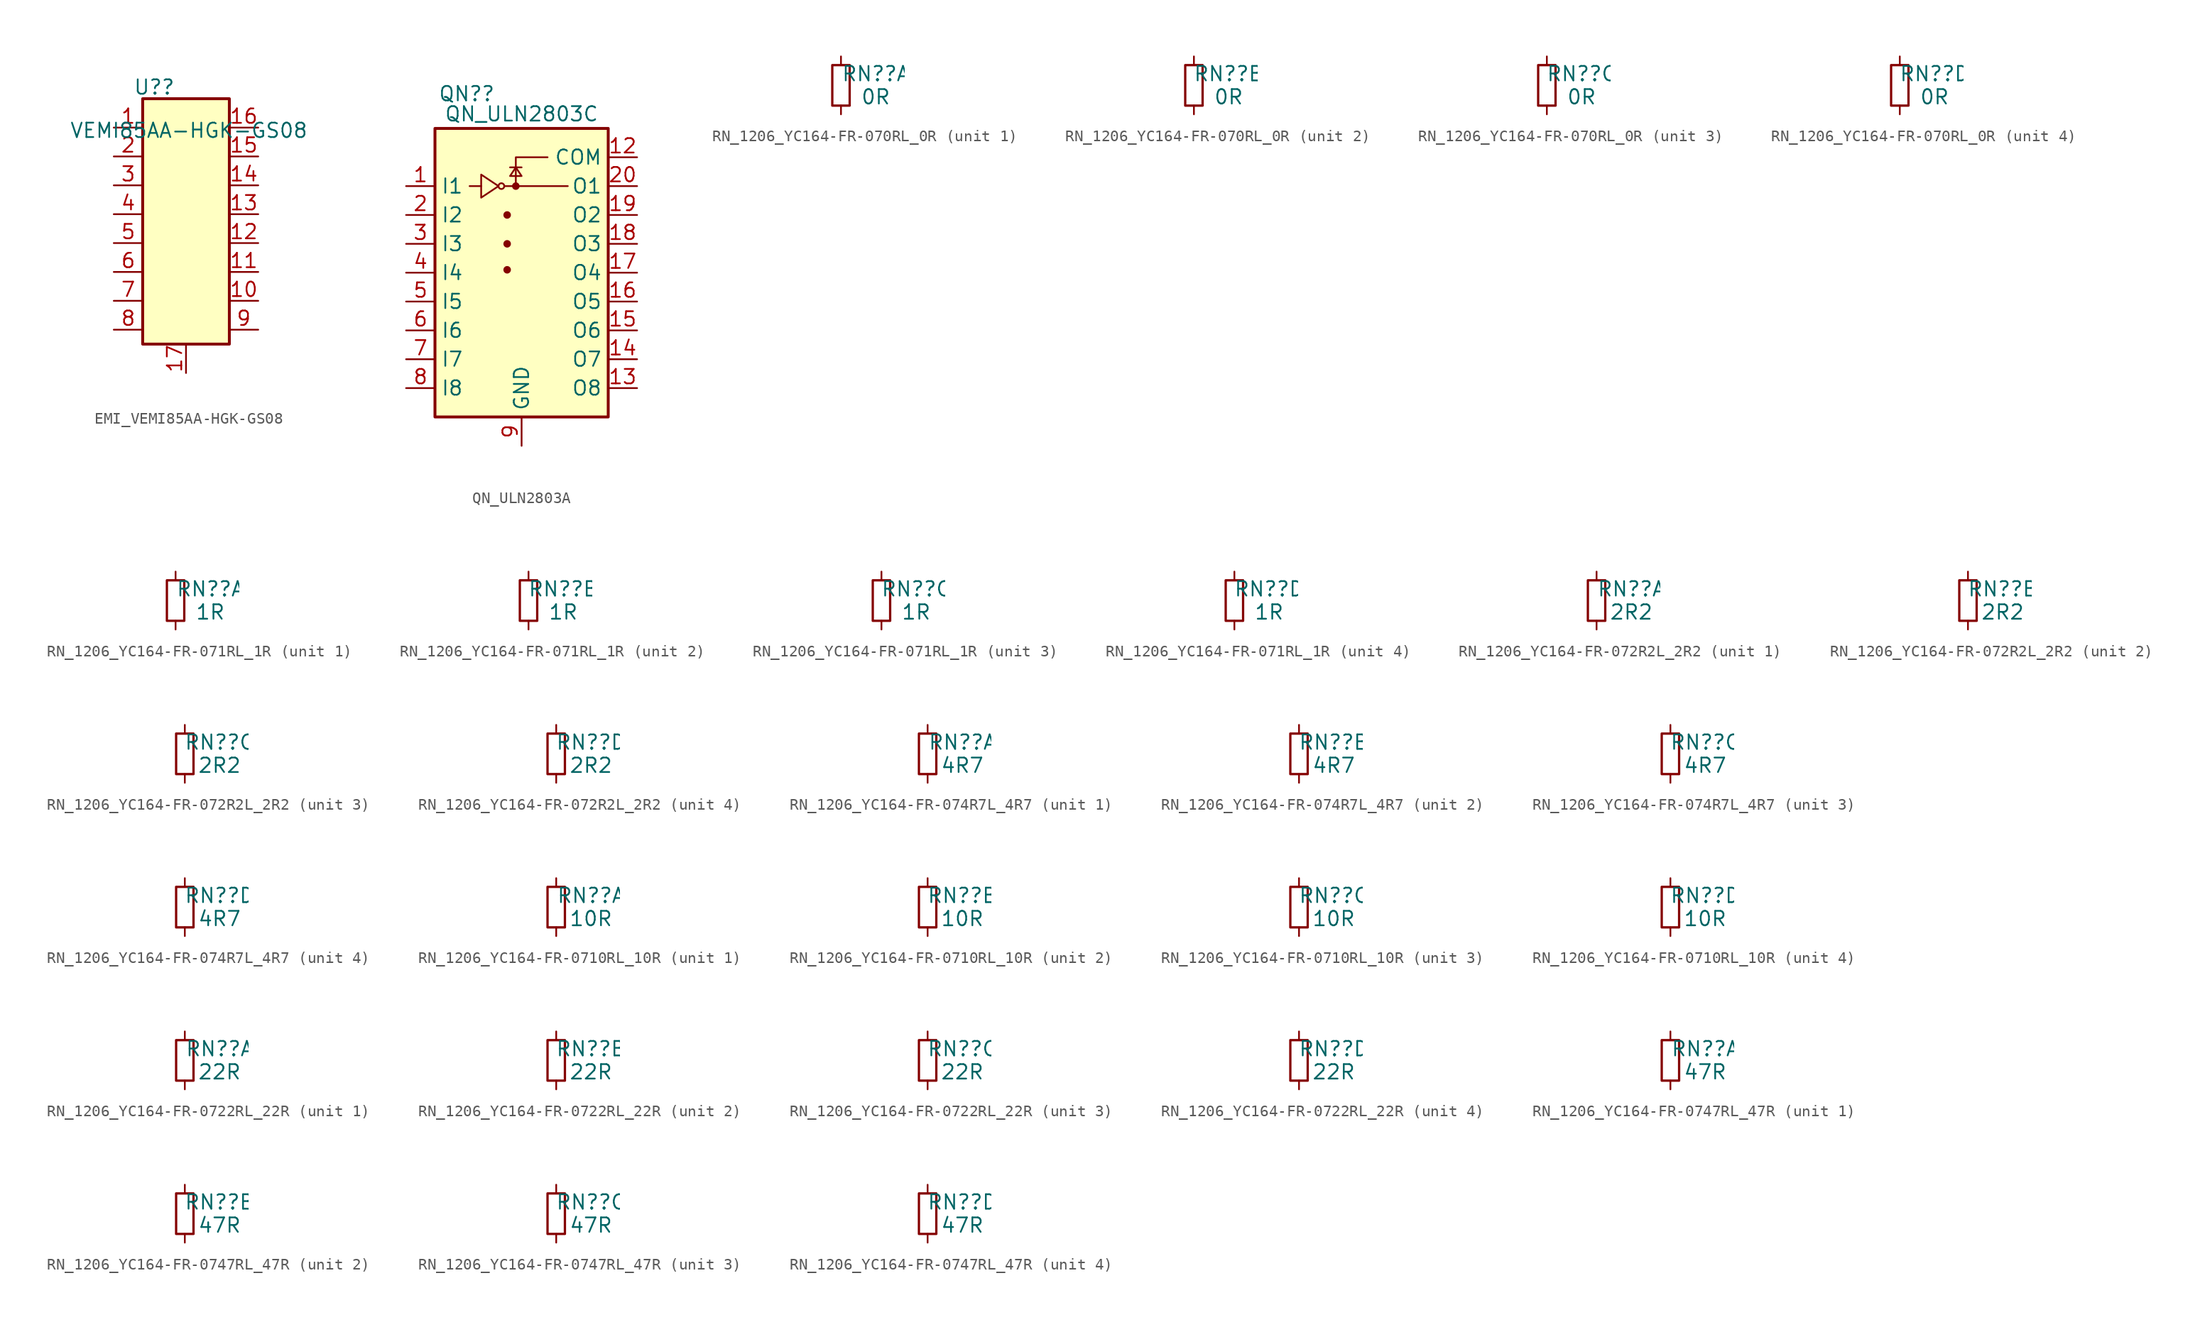
<source format=kicad_sym>
(kicad_symbol_lib
  (version 20231120)
  (generator "kicad_symbol_editor")
  (generator_version "8.0")
  (symbol "EMI_VEMI85AA-HGK-GS08"
    (property "Reference" "U?"
      (at -2.794 3.556 0)
      (effects (font (size 1.27 1.27))))
    (property "Value" "VEMI85AA-HGK-GS08"
      (at 0.254 -0.254 0)
      (effects (font (size 1.27 1.27))))
    (symbol "EMI_VEMI85AA-HGK-GS08_0_1"
      (rectangle (start -3.81 2.54) (end 3.81 -19.05) (stroke (width 0.254) (type default)) (fill (type background))))
    (symbol "EMI_VEMI85AA-HGK-GS08_1_1"
      (pin passive line (at -6.35 0 0) (length 2.54) (name "" (effects (font (size 1.27 1.27)))) (number "1" (effects (font (size 1.27 1.27)))))
      (pin passive line (at 6.35 -15.24 180) (length 2.54) (name "" (effects (font (size 1.27 1.27)))) (number "10" (effects (font (size 1.27 1.27)))))
      (pin passive line (at 6.35 -12.7 180) (length 2.54) (name "" (effects (font (size 1.27 1.27)))) (number "11" (effects (font (size 1.27 1.27)))))
      (pin passive line (at 6.35 -10.16 180) (length 2.54) (name "" (effects (font (size 1.27 1.27)))) (number "12" (effects (font (size 1.27 1.27)))))
      (pin passive line (at 6.35 -7.62 180) (length 2.54) (name "" (effects (font (size 1.27 1.27)))) (number "13" (effects (font (size 1.27 1.27)))))
      (pin passive line (at 6.35 -5.08 180) (length 2.54) (name "" (effects (font (size 1.27 1.27)))) (number "14" (effects (font (size 1.27 1.27)))))
      (pin passive line (at 6.35 -2.54 180) (length 2.54) (name "" (effects (font (size 1.27 1.27)))) (number "15" (effects (font (size 1.27 1.27)))))
      (pin passive line (at 6.35 0 180) (length 2.54) (name "" (effects (font (size 1.27 1.27)))) (number "16" (effects (font (size 1.27 1.27)))))
      (pin power_in line (at 0 -21.59 90) (length 2.54) (name "" (effects (font (size 1.27 1.27)))) (number "17" (effects (font (size 1.27 1.27)))))
      (pin passive line (at -6.35 -2.54 0) (length 2.54) (name "" (effects (font (size 1.27 1.27)))) (number "2" (effects (font (size 1.27 1.27)))))
      (pin passive line (at -6.35 -5.08 0) (length 2.54) (name "" (effects (font (size 1.27 1.27)))) (number "3" (effects (font (size 1.27 1.27)))))
      (pin passive line (at -6.35 -7.62 0) (length 2.54) (name "" (effects (font (size 1.27 1.27)))) (number "4" (effects (font (size 1.27 1.27)))))
      (pin passive line (at -6.35 -10.16 0) (length 2.54) (name "" (effects (font (size 1.27 1.27)))) (number "5" (effects (font (size 1.27 1.27)))))
      (pin passive line (at -6.35 -12.7 0) (length 2.54) (name "" (effects (font (size 1.27 1.27)))) (number "6" (effects (font (size 1.27 1.27)))))
      (pin passive line (at -6.35 -15.24 0) (length 2.54) (name "" (effects (font (size 1.27 1.27)))) (number "7" (effects (font (size 1.27 1.27)))))
      (pin passive line (at -6.35 -17.78 0) (length 2.54) (name "" (effects (font (size 1.27 1.27)))) (number "8" (effects (font (size 1.27 1.27)))))
      (pin passive line (at 6.35 -17.78 180) (length 2.54) (name "" (effects (font (size 1.27 1.27)))) (number "9" (effects (font (size 1.27 1.27)))))))
  (symbol "QN_ULN2803A"
    (property "Reference" "QN?"
      (at -4.826 13.208 0)
      (effects (font (size 1.27 1.27))))
    (property "Value" "QN_ULN2803C"
      (at 0 11.43 0)
      (effects (font (size 1.27 1.27))))
    (symbol "QN_ULN2803A_0_1"
      (rectangle (start -7.62 10.16) (end 7.62 -15.24) (stroke (width 0.254) (type default)) (fill (type background)))
      (circle (center -1.778 5.08) (radius 0.254) (stroke (width 0) (type default)) (fill (type none)))
      (circle (center -1.27 -2.286) (radius 0.254) (stroke (width 0) (type default)) (fill (type outline)))
      (circle (center -1.27 0) (radius 0.254) (stroke (width 0) (type default)) (fill (type outline)))
      (circle (center -1.27 2.54) (radius 0.254) (stroke (width 0) (type default)) (fill (type outline)))
      (circle (center -0.508 5.08) (radius 0.254) (stroke (width 0) (type default)) (fill (type outline)))
      (polyline (pts (xy -4.572 5.08) (xy -3.556 5.08)) (stroke (width 0) (type default)) (fill (type none)))
      (polyline (pts (xy -1.524 5.08) (xy 4.064 5.08)) (stroke (width 0) (type default)) (fill (type none)))
      (polyline (pts (xy 0 6.731) (xy -1.016 6.731)) (stroke (width 0) (type default)) (fill (type none)))
      (polyline (pts (xy -0.508 5.08) (xy -0.508 7.62) (xy 2.286 7.62)) (stroke (width 0) (type default)) (fill (type none)))
      (polyline (pts (xy -3.556 6.096) (xy -3.556 4.064) (xy -2.032 5.08) (xy -3.556 6.096)) (stroke (width 0) (type default)) (fill (type none)))
      (polyline (pts (xy 0 5.969) (xy -1.016 5.969) (xy -0.508 6.731) (xy 0 5.969)) (stroke (width 0) (type default)) (fill (type none))))
    (symbol "QN_ULN2803A_1_0"
      (pin no_connect line (at -10.16 8.89 0) (length 2.54) hide (name "nc" (effects (font (size 1.27 1.27)))) (number "10" (effects (font (size 1.27 1.27)))))
      (pin no_connect line (at -10.16 8.89 0) (length 2.54) hide (name "nc" (effects (font (size 1.27 1.27)))) (number "11" (effects (font (size 1.27 1.27))))))
    (symbol "QN_ULN2803A_1_1"
      (pin input line (at -10.16 5.08 0) (length 2.54) (name "I1" (effects (font (size 1.27 1.27)))) (number "1" (effects (font (size 1.27 1.27)))))
      (pin passive line (at 10.16 7.62 180) (length 2.54) (name "COM" (effects (font (size 1.27 1.27)))) (number "12" (effects (font (size 1.27 1.27)))))
      (pin open_collector line (at 10.16 -12.7 180) (length 2.54) (name "O8" (effects (font (size 1.27 1.27)))) (number "13" (effects (font (size 1.27 1.27)))))
      (pin open_collector line (at 10.16 -10.16 180) (length 2.54) (name "O7" (effects (font (size 1.27 1.27)))) (number "14" (effects (font (size 1.27 1.27)))))
      (pin open_collector line (at 10.16 -7.62 180) (length 2.54) (name "O6" (effects (font (size 1.27 1.27)))) (number "15" (effects (font (size 1.27 1.27)))))
      (pin open_collector line (at 10.16 -5.08 180) (length 2.54) (name "O5" (effects (font (size 1.27 1.27)))) (number "16" (effects (font (size 1.27 1.27)))))
      (pin open_collector line (at 10.16 -2.54 180) (length 2.54) (name "O4" (effects (font (size 1.27 1.27)))) (number "17" (effects (font (size 1.27 1.27)))))
      (pin open_collector line (at 10.16 0 180) (length 2.54) (name "O3" (effects (font (size 1.27 1.27)))) (number "18" (effects (font (size 1.27 1.27)))))
      (pin open_collector line (at 10.16 2.54 180) (length 2.54) (name "O2" (effects (font (size 1.27 1.27)))) (number "19" (effects (font (size 1.27 1.27)))))
      (pin input line (at -10.16 2.54 0) (length 2.54) (name "I2" (effects (font (size 1.27 1.27)))) (number "2" (effects (font (size 1.27 1.27)))))
      (pin open_collector line (at 10.16 5.08 180) (length 2.54) (name "O1" (effects (font (size 1.27 1.27)))) (number "20" (effects (font (size 1.27 1.27)))))
      (pin input line (at -10.16 0 0) (length 2.54) (name "I3" (effects (font (size 1.27 1.27)))) (number "3" (effects (font (size 1.27 1.27)))))
      (pin input line (at -10.16 -2.54 0) (length 2.54) (name "I4" (effects (font (size 1.27 1.27)))) (number "4" (effects (font (size 1.27 1.27)))))
      (pin input line (at -10.16 -5.08 0) (length 2.54) (name "I5" (effects (font (size 1.27 1.27)))) (number "5" (effects (font (size 1.27 1.27)))))
      (pin input line (at -10.16 -7.62 0) (length 2.54) (name "I6" (effects (font (size 1.27 1.27)))) (number "6" (effects (font (size 1.27 1.27)))))
      (pin input line (at -10.16 -10.16 0) (length 2.54) (name "I7" (effects (font (size 1.27 1.27)))) (number "7" (effects (font (size 1.27 1.27)))))
      (pin input line (at -10.16 -12.7 0) (length 2.54) (name "I8" (effects (font (size 1.27 1.27)))) (number "8" (effects (font (size 1.27 1.27)))))
      (pin power_in line (at 0 -17.78 90) (length 2.54) (name "GND" (effects (font (size 1.27 1.27)))) (number "9" (effects (font (size 1.27 1.27)))))))
  (symbol "RN_1206_YC164-FR-070RL_0R"
    (pin_numbers hide)
    (pin_names
      (offset 1.016) hide)
    (property "Reference" "RN?"
      (at 3.048 1.016 0)
      (effects (font (size 1.27 1.27))))
    (property "Value" "0R"
      (at 3.048 -1.016 0)
      (effects (font (size 1.27 1.27))))
    (symbol "RN_1206_YC164-FR-070RL_0R_0_1"
      (rectangle (start -0.762 1.778) (end 0.762 -1.778) (stroke (width 0.203) (type default)) (fill (type none))))
    (symbol "RN_1206_YC164-FR-070RL_0R_1_1"
      (pin passive line (at 0 2.54 270) (length 0.762) (name "~" (effects (font (size 1.27 1.27)))) (number "1" (effects (font (size 1.27 1.27)))))
      (pin passive line (at 0 -2.54 90) (length 0.762) (name "~" (effects (font (size 1.27 1.27)))) (number "8" (effects (font (size 1.27 1.27))))))
    (symbol "RN_1206_YC164-FR-070RL_0R_2_1"
      (pin passive line (at 0 2.54 270) (length 0.762) (name "~" (effects (font (size 1.27 1.27)))) (number "2" (effects (font (size 1.27 1.27)))))
      (pin passive line (at 0 -2.54 90) (length 0.762) (name "~" (effects (font (size 1.27 1.27)))) (number "7" (effects (font (size 1.27 1.27))))))
    (symbol "RN_1206_YC164-FR-070RL_0R_3_1"
      (pin passive line (at 0 2.54 270) (length 0.762) (name "~" (effects (font (size 1.27 1.27)))) (number "3" (effects (font (size 1.27 1.27)))))
      (pin passive line (at 0 -2.54 90) (length 0.762) (name "~" (effects (font (size 1.27 1.27)))) (number "6" (effects (font (size 1.27 1.27))))))
    (symbol "RN_1206_YC164-FR-070RL_0R_4_1"
      (pin passive line (at 0 2.54 270) (length 0.762) (name "~" (effects (font (size 1.27 1.27)))) (number "4" (effects (font (size 1.27 1.27)))))
      (pin passive line (at 0 -2.54 90) (length 0.762) (name "~" (effects (font (size 1.27 1.27)))) (number "5" (effects (font (size 1.27 1.27)))))))
  (symbol "RN_1206_YC164-FR-071RL_1R"
    (pin_numbers hide)
    (pin_names
      (offset 1.016) hide)
    (property "Reference" "RN?"
      (at 3.048 1.016 0)
      (effects (font (size 1.27 1.27))))
    (property "Value" "1R"
      (at 3.048 -1.016 0)
      (effects (font (size 1.27 1.27))))
    (symbol "RN_1206_YC164-FR-071RL_1R_0_1"
      (rectangle (start -0.762 1.778) (end 0.762 -1.778) (stroke (width 0.203) (type default)) (fill (type none))))
    (symbol "RN_1206_YC164-FR-071RL_1R_1_1"
      (pin passive line (at 0 2.54 270) (length 0.762) (name "~" (effects (font (size 1.27 1.27)))) (number "1" (effects (font (size 1.27 1.27)))))
      (pin passive line (at 0 -2.54 90) (length 0.762) (name "~" (effects (font (size 1.27 1.27)))) (number "8" (effects (font (size 1.27 1.27))))))
    (symbol "RN_1206_YC164-FR-071RL_1R_2_1"
      (pin passive line (at 0 2.54 270) (length 0.762) (name "~" (effects (font (size 1.27 1.27)))) (number "2" (effects (font (size 1.27 1.27)))))
      (pin passive line (at 0 -2.54 90) (length 0.762) (name "~" (effects (font (size 1.27 1.27)))) (number "7" (effects (font (size 1.27 1.27))))))
    (symbol "RN_1206_YC164-FR-071RL_1R_3_1"
      (pin passive line (at 0 2.54 270) (length 0.762) (name "~" (effects (font (size 1.27 1.27)))) (number "3" (effects (font (size 1.27 1.27)))))
      (pin passive line (at 0 -2.54 90) (length 0.762) (name "~" (effects (font (size 1.27 1.27)))) (number "6" (effects (font (size 1.27 1.27))))))
    (symbol "RN_1206_YC164-FR-071RL_1R_4_1"
      (pin passive line (at 0 2.54 270) (length 0.762) (name "~" (effects (font (size 1.27 1.27)))) (number "4" (effects (font (size 1.27 1.27)))))
      (pin passive line (at 0 -2.54 90) (length 0.762) (name "~" (effects (font (size 1.27 1.27)))) (number "5" (effects (font (size 1.27 1.27)))))))
  (symbol "RN_1206_YC164-FR-072R2L_2R2"
    (pin_numbers hide)
    (pin_names
      (offset 1.016) hide)
    (property "Reference" "RN?"
      (at 3.048 1.016 0)
      (effects (font (size 1.27 1.27))))
    (property "Value" "2R2"
      (at 3.048 -1.016 0)
      (effects (font (size 1.27 1.27))))
    (symbol "RN_1206_YC164-FR-072R2L_2R2_0_1"
      (rectangle (start -0.762 1.778) (end 0.762 -1.778) (stroke (width 0.203) (type default)) (fill (type none))))
    (symbol "RN_1206_YC164-FR-072R2L_2R2_1_1"
      (pin passive line (at 0 2.54 270) (length 0.762) (name "~" (effects (font (size 1.27 1.27)))) (number "1" (effects (font (size 1.27 1.27)))))
      (pin passive line (at 0 -2.54 90) (length 0.762) (name "~" (effects (font (size 1.27 1.27)))) (number "8" (effects (font (size 1.27 1.27))))))
    (symbol "RN_1206_YC164-FR-072R2L_2R2_2_1"
      (pin passive line (at 0 2.54 270) (length 0.762) (name "~" (effects (font (size 1.27 1.27)))) (number "2" (effects (font (size 1.27 1.27)))))
      (pin passive line (at 0 -2.54 90) (length 0.762) (name "~" (effects (font (size 1.27 1.27)))) (number "7" (effects (font (size 1.27 1.27))))))
    (symbol "RN_1206_YC164-FR-072R2L_2R2_3_1"
      (pin passive line (at 0 2.54 270) (length 0.762) (name "~" (effects (font (size 1.27 1.27)))) (number "3" (effects (font (size 1.27 1.27)))))
      (pin passive line (at 0 -2.54 90) (length 0.762) (name "~" (effects (font (size 1.27 1.27)))) (number "6" (effects (font (size 1.27 1.27))))))
    (symbol "RN_1206_YC164-FR-072R2L_2R2_4_1"
      (pin passive line (at 0 2.54 270) (length 0.762) (name "~" (effects (font (size 1.27 1.27)))) (number "4" (effects (font (size 1.27 1.27)))))
      (pin passive line (at 0 -2.54 90) (length 0.762) (name "~" (effects (font (size 1.27 1.27)))) (number "5" (effects (font (size 1.27 1.27)))))))
  (symbol "RN_1206_YC164-FR-074R7L_4R7"
    (pin_numbers hide)
    (pin_names
      (offset 1.016) hide)
    (property "Reference" "RN?"
      (at 3.048 1.016 0)
      (effects (font (size 1.27 1.27))))
    (property "Value" "4R7"
      (at 3.048 -1.016 0)
      (effects (font (size 1.27 1.27))))
    (symbol "RN_1206_YC164-FR-074R7L_4R7_0_1"
      (rectangle (start -0.762 1.778) (end 0.762 -1.778) (stroke (width 0.203) (type default)) (fill (type none))))
    (symbol "RN_1206_YC164-FR-074R7L_4R7_1_1"
      (pin passive line (at 0 2.54 270) (length 0.762) (name "~" (effects (font (size 1.27 1.27)))) (number "1" (effects (font (size 1.27 1.27)))))
      (pin passive line (at 0 -2.54 90) (length 0.762) (name "~" (effects (font (size 1.27 1.27)))) (number "8" (effects (font (size 1.27 1.27))))))
    (symbol "RN_1206_YC164-FR-074R7L_4R7_2_1"
      (pin passive line (at 0 2.54 270) (length 0.762) (name "~" (effects (font (size 1.27 1.27)))) (number "2" (effects (font (size 1.27 1.27)))))
      (pin passive line (at 0 -2.54 90) (length 0.762) (name "~" (effects (font (size 1.27 1.27)))) (number "7" (effects (font (size 1.27 1.27))))))
    (symbol "RN_1206_YC164-FR-074R7L_4R7_3_1"
      (pin passive line (at 0 2.54 270) (length 0.762) (name "~" (effects (font (size 1.27 1.27)))) (number "3" (effects (font (size 1.27 1.27)))))
      (pin passive line (at 0 -2.54 90) (length 0.762) (name "~" (effects (font (size 1.27 1.27)))) (number "6" (effects (font (size 1.27 1.27))))))
    (symbol "RN_1206_YC164-FR-074R7L_4R7_4_1"
      (pin passive line (at 0 2.54 270) (length 0.762) (name "~" (effects (font (size 1.27 1.27)))) (number "4" (effects (font (size 1.27 1.27)))))
      (pin passive line (at 0 -2.54 90) (length 0.762) (name "~" (effects (font (size 1.27 1.27)))) (number "5" (effects (font (size 1.27 1.27)))))))
  (symbol "RN_1206_YC164-FR-0710RL_10R"
    (pin_numbers hide)
    (pin_names
      (offset 1.016) hide)
    (property "Reference" "RN?"
      (at 3.048 1.016 0)
      (effects (font (size 1.27 1.27))))
    (property "Value" "10R"
      (at 3.048 -1.016 0)
      (effects (font (size 1.27 1.27))))
    (symbol "RN_1206_YC164-FR-0710RL_10R_0_1"
      (rectangle (start -0.762 1.778) (end 0.762 -1.778) (stroke (width 0.203) (type default)) (fill (type none))))
    (symbol "RN_1206_YC164-FR-0710RL_10R_1_1"
      (pin passive line (at 0 2.54 270) (length 0.762) (name "~" (effects (font (size 1.27 1.27)))) (number "1" (effects (font (size 1.27 1.27)))))
      (pin passive line (at 0 -2.54 90) (length 0.762) (name "~" (effects (font (size 1.27 1.27)))) (number "8" (effects (font (size 1.27 1.27))))))
    (symbol "RN_1206_YC164-FR-0710RL_10R_2_1"
      (pin passive line (at 0 2.54 270) (length 0.762) (name "~" (effects (font (size 1.27 1.27)))) (number "2" (effects (font (size 1.27 1.27)))))
      (pin passive line (at 0 -2.54 90) (length 0.762) (name "~" (effects (font (size 1.27 1.27)))) (number "7" (effects (font (size 1.27 1.27))))))
    (symbol "RN_1206_YC164-FR-0710RL_10R_3_1"
      (pin passive line (at 0 2.54 270) (length 0.762) (name "~" (effects (font (size 1.27 1.27)))) (number "3" (effects (font (size 1.27 1.27)))))
      (pin passive line (at 0 -2.54 90) (length 0.762) (name "~" (effects (font (size 1.27 1.27)))) (number "6" (effects (font (size 1.27 1.27))))))
    (symbol "RN_1206_YC164-FR-0710RL_10R_4_1"
      (pin passive line (at 0 2.54 270) (length 0.762) (name "~" (effects (font (size 1.27 1.27)))) (number "4" (effects (font (size 1.27 1.27)))))
      (pin passive line (at 0 -2.54 90) (length 0.762) (name "~" (effects (font (size 1.27 1.27)))) (number "5" (effects (font (size 1.27 1.27)))))))
  (symbol "RN_1206_YC164-FR-0722RL_22R"
    (pin_numbers hide)
    (pin_names
      (offset 1.016) hide)
    (property "Reference" "RN?"
      (at 3.048 1.016 0)
      (effects (font (size 1.27 1.27))))
    (property "Value" "22R"
      (at 3.048 -1.016 0)
      (effects (font (size 1.27 1.27))))
    (symbol "RN_1206_YC164-FR-0722RL_22R_0_1"
      (rectangle (start -0.762 1.778) (end 0.762 -1.778) (stroke (width 0.203) (type default)) (fill (type none))))
    (symbol "RN_1206_YC164-FR-0722RL_22R_1_1"
      (pin passive line (at 0 2.54 270) (length 0.762) (name "~" (effects (font (size 1.27 1.27)))) (number "1" (effects (font (size 1.27 1.27)))))
      (pin passive line (at 0 -2.54 90) (length 0.762) (name "~" (effects (font (size 1.27 1.27)))) (number "8" (effects (font (size 1.27 1.27))))))
    (symbol "RN_1206_YC164-FR-0722RL_22R_2_1"
      (pin passive line (at 0 2.54 270) (length 0.762) (name "~" (effects (font (size 1.27 1.27)))) (number "2" (effects (font (size 1.27 1.27)))))
      (pin passive line (at 0 -2.54 90) (length 0.762) (name "~" (effects (font (size 1.27 1.27)))) (number "7" (effects (font (size 1.27 1.27))))))
    (symbol "RN_1206_YC164-FR-0722RL_22R_3_1"
      (pin passive line (at 0 2.54 270) (length 0.762) (name "~" (effects (font (size 1.27 1.27)))) (number "3" (effects (font (size 1.27 1.27)))))
      (pin passive line (at 0 -2.54 90) (length 0.762) (name "~" (effects (font (size 1.27 1.27)))) (number "6" (effects (font (size 1.27 1.27))))))
    (symbol "RN_1206_YC164-FR-0722RL_22R_4_1"
      (pin passive line (at 0 2.54 270) (length 0.762) (name "~" (effects (font (size 1.27 1.27)))) (number "4" (effects (font (size 1.27 1.27)))))
      (pin passive line (at 0 -2.54 90) (length 0.762) (name "~" (effects (font (size 1.27 1.27)))) (number "5" (effects (font (size 1.27 1.27)))))))
  (symbol "RN_1206_YC164-FR-0747RL_47R"
    (pin_numbers hide)
    (pin_names
      (offset 1.016) hide)
    (property "Reference" "RN?"
      (at 3.048 1.016 0)
      (effects (font (size 1.27 1.27))))
    (property "Value" "47R"
      (at 3.048 -1.016 0)
      (effects (font (size 1.27 1.27))))
    (symbol "RN_1206_YC164-FR-0747RL_47R_0_1"
      (rectangle (start -0.762 1.778) (end 0.762 -1.778) (stroke (width 0.203) (type default)) (fill (type none))))
    (symbol "RN_1206_YC164-FR-0747RL_47R_1_1"
      (pin passive line (at 0 2.54 270) (length 0.762) (name "~" (effects (font (size 1.27 1.27)))) (number "1" (effects (font (size 1.27 1.27)))))
      (pin passive line (at 0 -2.54 90) (length 0.762) (name "~" (effects (font (size 1.27 1.27)))) (number "8" (effects (font (size 1.27 1.27))))))
    (symbol "RN_1206_YC164-FR-0747RL_47R_2_1"
      (pin passive line (at 0 2.54 270) (length 0.762) (name "~" (effects (font (size 1.27 1.27)))) (number "2" (effects (font (size 1.27 1.27)))))
      (pin passive line (at 0 -2.54 90) (length 0.762) (name "~" (effects (font (size 1.27 1.27)))) (number "7" (effects (font (size 1.27 1.27))))))
    (symbol "RN_1206_YC164-FR-0747RL_47R_3_1"
      (pin passive line (at 0 2.54 270) (length 0.762) (name "~" (effects (font (size 1.27 1.27)))) (number "3" (effects (font (size 1.27 1.27)))))
      (pin passive line (at 0 -2.54 90) (length 0.762) (name "~" (effects (font (size 1.27 1.27)))) (number "6" (effects (font (size 1.27 1.27))))))
    (symbol "RN_1206_YC164-FR-0747RL_47R_4_1"
      (pin passive line (at 0 2.54 270) (length 0.762) (name "~" (effects (font (size 1.27 1.27)))) (number "4" (effects (font (size 1.27 1.27)))))
      (pin passive line (at 0 -2.54 90) (length 0.762) (name "~" (effects (font (size 1.27 1.27)))) (number "5" (effects (font (size 1.27 1.27))))))))
</source>
